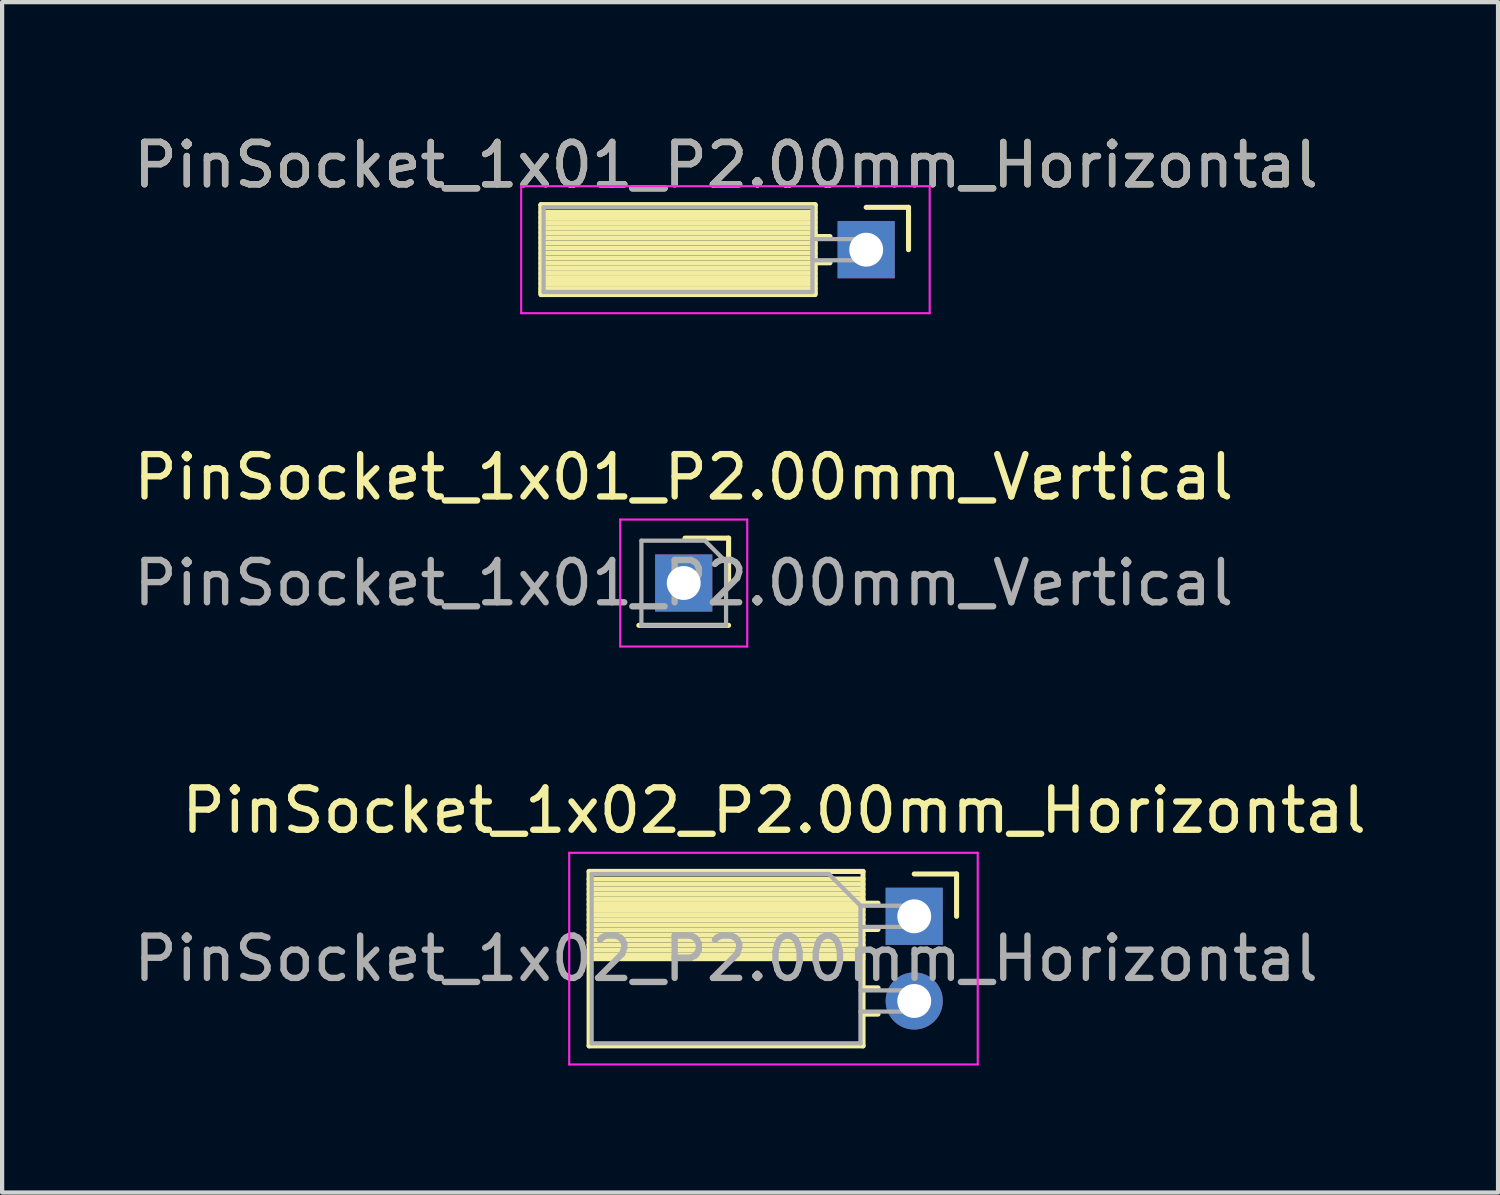
<source format=kicad_pcb>
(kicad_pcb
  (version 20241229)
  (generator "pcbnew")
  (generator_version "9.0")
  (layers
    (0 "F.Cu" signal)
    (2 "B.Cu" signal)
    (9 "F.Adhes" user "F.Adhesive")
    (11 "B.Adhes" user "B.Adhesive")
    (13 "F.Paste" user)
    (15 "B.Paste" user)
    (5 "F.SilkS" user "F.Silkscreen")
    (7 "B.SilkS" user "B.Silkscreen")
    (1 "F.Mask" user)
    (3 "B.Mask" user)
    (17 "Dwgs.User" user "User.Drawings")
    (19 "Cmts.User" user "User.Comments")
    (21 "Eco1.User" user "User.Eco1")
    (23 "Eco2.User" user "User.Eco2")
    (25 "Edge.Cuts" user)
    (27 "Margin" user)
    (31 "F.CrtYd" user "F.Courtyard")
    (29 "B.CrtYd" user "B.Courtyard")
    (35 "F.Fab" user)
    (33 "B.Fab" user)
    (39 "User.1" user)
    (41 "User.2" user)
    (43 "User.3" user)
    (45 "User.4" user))
  (footprint "PinSocket_1x02_P2.00mm_Horizontal"
    (layer "F.Cu")
    (at 18.546 18.595)
    (property "Reference" "PinSocket_1x02_P2.00mm_Horizontal" (at -3.31 -2.5 0) (layer "F.SilkS") (effects (font (size 1 1) (thickness 0.15))))
    (attr through_hole)
    (fp_line (start -7.68 -1.06) (end -1.21 -1.06) (stroke (width 0.12) (type solid)) (layer "F.SilkS"))
    (fp_line (start -7.68 -0.88) (end -1.21 -0.88) (stroke (width 0.12) (type solid)) (layer "F.SilkS"))
    (fp_line (start -7.68 -0.76) (end -1.21 -0.76) (stroke (width 0.12) (type solid)) (layer "F.SilkS"))
    (fp_line (start -7.68 -0.64) (end -1.21 -0.64) (stroke (width 0.12) (type solid)) (layer "F.SilkS"))
    (fp_line (start -7.68 -0.52) (end -1.21 -0.52) (stroke (width 0.12) (type solid)) (layer "F.SilkS"))
    (fp_line (start -7.68 -0.4) (end -1.21 -0.4) (stroke (width 0.12) (type solid)) (layer "F.SilkS"))
    (fp_line (start -7.68 -0.28) (end -1.21 -0.28) (stroke (width 0.12) (type solid)) (layer "F.SilkS"))
    (fp_line (start -7.68 -0.16) (end -1.21 -0.16) (stroke (width 0.12) (type solid)) (layer "F.SilkS"))
    (fp_line (start -7.68 -0.04) (end -1.21 -0.04) (stroke (width 0.12) (type solid)) (layer "F.SilkS"))
    (fp_line (start -7.68 0.08) (end -1.21 0.08) (stroke (width 0.12) (type solid)) (layer "F.SilkS"))
    (fp_line (start -7.68 0.2) (end -1.21 0.2) (stroke (width 0.12) (type solid)) (layer "F.SilkS"))
    (fp_line (start -7.68 0.32) (end -1.21 0.32) (stroke (width 0.12) (type solid)) (layer "F.SilkS"))
    (fp_line (start -7.68 0.44) (end -1.21 0.44) (stroke (width 0.12) (type solid)) (layer "F.SilkS"))
    (fp_line (start -7.68 0.56) (end -1.21 0.56) (stroke (width 0.12) (type solid)) (layer "F.SilkS"))
    (fp_line (start -7.68 0.68) (end -1.21 0.68) (stroke (width 0.12) (type solid)) (layer "F.SilkS"))
    (fp_line (start -7.68 0.8) (end -1.21 0.8) (stroke (width 0.12) (type solid)) (layer "F.SilkS"))
    (fp_line (start -7.68 0.92) (end -1.21 0.92) (stroke (width 0.12) (type solid)) (layer "F.SilkS"))
    (fp_line (start -7.68 1) (end -1.21 1) (stroke (width 0.12) (type solid)) (layer "F.SilkS"))
    (fp_line (start -7.68 3.06) (end -7.68 -1.06) (stroke (width 0.12) (type solid)) (layer "F.SilkS"))
    (fp_line (start -1.21 -1.06) (end -1.21 3.06) (stroke (width 0.12) (type solid)) (layer "F.SilkS"))
    (fp_line (start -1.21 -0.31) (end -0.855 -0.31) (stroke (width 0.12) (type solid)) (layer "F.SilkS"))
    (fp_line (start -1.21 1.69) (end -0.855 1.69) (stroke (width 0.12) (type solid)) (layer "F.SilkS"))
    (fp_line (start -1.21 3.06) (end -7.68 3.06) (stroke (width 0.12) (type solid)) (layer "F.SilkS"))
    (fp_line (start -0.855 0.31) (end -1.21 0.31) (stroke (width 0.12) (type solid)) (layer "F.SilkS"))
    (fp_line (start -0.855 2.31) (end -1.21 2.31) (stroke (width 0.12) (type solid)) (layer "F.SilkS"))
    (fp_line (start 0 -1) (end 1 -1) (stroke (width 0.12) (type solid)) (layer "F.SilkS"))
    (fp_line (start 1 -1) (end 1 0) (stroke (width 0.12) (type solid)) (layer "F.SilkS"))
    (fp_line (start -8.15 -1.5) (end -8.15 3.5) (stroke (width 0.05) (type solid)) (layer "F.CrtYd"))
    (fp_line (start -8.15 3.5) (end 1.5 3.5) (stroke (width 0.05) (type solid)) (layer "F.CrtYd"))
    (fp_line (start 1.5 -1.5) (end -8.15 -1.5) (stroke (width 0.05) (type solid)) (layer "F.CrtYd"))
    (fp_line (start 1.5 3.5) (end 1.5 -1.5) (stroke (width 0.05) (type solid)) (layer "F.CrtYd"))
    (fp_line (start -7.62 -1) (end -2.02 -1) (stroke (width 0.1) (type solid)) (layer "F.Fab"))
    (fp_line (start -7.62 3) (end -7.62 -1) (stroke (width 0.1) (type solid)) (layer "F.Fab"))
    (fp_line (start -2.02 -1) (end -1.27 -0.25) (stroke (width 0.1) (type solid)) (layer "F.Fab"))
    (fp_line (start -1.27 -0.25) (end -1.27 3) (stroke (width 0.1) (type solid)) (layer "F.Fab"))
    (fp_line (start -1.27 0.25) (end 0 0.25) (stroke (width 0.1) (type solid)) (layer "F.Fab"))
    (fp_line (start -1.27 2.25) (end 0 2.25) (stroke (width 0.1) (type solid)) (layer "F.Fab"))
    (fp_line (start -1.27 3) (end -7.62 3) (stroke (width 0.1) (type solid)) (layer "F.Fab"))
    (fp_line (start 0 -0.25) (end -1.27 -0.25) (stroke (width 0.1) (type solid)) (layer "F.Fab"))
    (fp_line (start 0 0.25) (end 0 -0.25) (stroke (width 0.1) (type solid)) (layer "F.Fab"))
    (fp_line (start 0 1.75) (end -1.27 1.75) (stroke (width 0.1) (type solid)) (layer "F.Fab"))
    (fp_line (start 0 2.25) (end 0 1.75) (stroke (width 0.1) (type solid)) (layer "F.Fab"))
    (fp_text user "${REFERENCE}" (at -4.445 1 0) (layer "F.Fab") (effects (font (size 1 1) (thickness 0.15))))
    (pad "1" thru_hole rect (at 0 0) (size 1.35 1.35) (drill 0.8) (layers "*.Cu" "*.Mask"))
    (pad "2" thru_hole oval (at 0 2) (size 1.35 1.35) (drill 0.8) (layers "*.Cu" "*.Mask")))
  (footprint "PinSocket_1x01_P2.00mm_Vertical"
    (layer "F.Cu")
    (at 13.101 10.722)
    (property "Reference" "PinSocket_1x01_P2.00mm_Vertical" (at 0 -2.5 0) (layer "F.SilkS") (effects (font (size 1 1) (thickness 0.15))))
    (attr through_hole)
    (fp_line (start 1.06 -1.06) (end 0.03 -1.06) (stroke (width 0.12) (type solid)) (layer "F.SilkS"))
    (fp_line (start 1.06 -0.03) (end 1.06 -1.06) (stroke (width 0.12) (type solid)) (layer "F.SilkS"))
    (fp_line (start 1.06 1) (end -1.06 1) (stroke (width 0.12) (type solid)) (layer "F.SilkS"))
    (fp_line (start -1.5 -1.5) (end 1.5 -1.5) (stroke (width 0.05) (type solid)) (layer "F.CrtYd"))
    (fp_line (start -1.5 1.5) (end -1.5 -1.5) (stroke (width 0.05) (type solid)) (layer "F.CrtYd"))
    (fp_line (start 1.5 -1.5) (end 1.5 1.5) (stroke (width 0.05) (type solid)) (layer "F.CrtYd"))
    (fp_line (start 1.5 1.5) (end -1.5 1.5) (stroke (width 0.05) (type solid)) (layer "F.CrtYd"))
    (fp_line (start -1 -1) (end 0.5 -1) (stroke (width 0.1) (type solid)) (layer "F.Fab"))
    (fp_line (start -1 1) (end -1 -1) (stroke (width 0.1) (type solid)) (layer "F.Fab"))
    (fp_line (start 0.5 -1) (end 1 -0.5) (stroke (width 0.1) (type solid)) (layer "F.Fab"))
    (fp_line (start 1 -0.5) (end 1 1) (stroke (width 0.1) (type solid)) (layer "F.Fab"))
    (fp_line (start 1 1) (end -1 1) (stroke (width 0.1) (type solid)) (layer "F.Fab"))
    (fp_text user "${REFERENCE}" (at 0 0 0) (layer "F.Fab") (effects (font (size 1 1) (thickness 0.15))))
    (pad "1" thru_hole rect (at 0 0) (size 1.35 1.35) (drill 0.8) (layers "*.Cu" "*.Mask")))
  (footprint "PinSocket_1x01_P2.00mm_Horizontal"
    (layer "F.Cu")
    (at 17.411 2.848)
    (property "Reference" "PinSocket_1x01_P2.00mm_Horizontal" (at -3.31 -2 0) (layer "F.SilkS") (effects (font (size 1 1) (thickness 0.15))))
    (attr through_hole)
    (fp_line (start -7.68 -1.06) (end -1.21 -1.06) (stroke (width 0.12) (type solid)) (layer "F.SilkS"))
    (fp_line (start -7.68 -1.06) (end -1.21 -1.06) (stroke (width 0.12) (type solid)) (layer "F.SilkS"))
    (fp_line (start -7.68 1) (end -7.68 -1.06) (stroke (width 0.12) (type solid)) (layer "F.SilkS"))
    (fp_line (start -7.68 1.06) (end -7.68 -1.06) (stroke (width 0.12) (type solid)) (layer "F.SilkS"))
    (fp_line (start -1.21 -1.06) (end -1.21 1) (stroke (width 0.12) (type solid)) (layer "F.SilkS"))
    (fp_line (start -1.21 -1.06) (end -1.21 1.06) (stroke (width 0.12) (type solid)) (layer "F.SilkS"))
    (fp_line (start -1.21 -0.88) (end -7.68 -0.88) (stroke (width 0.12) (type solid)) (layer "F.SilkS"))
    (fp_line (start -1.21 -0.76) (end -7.68 -0.76) (stroke (width 0.12) (type solid)) (layer "F.SilkS"))
    (fp_line (start -1.21 -0.64) (end -7.68 -0.64) (stroke (width 0.12) (type solid)) (layer "F.SilkS"))
    (fp_line (start -1.21 -0.52) (end -7.68 -0.52) (stroke (width 0.12) (type solid)) (layer "F.SilkS"))
    (fp_line (start -1.21 -0.4) (end -7.68 -0.4) (stroke (width 0.12) (type solid)) (layer "F.SilkS"))
    (fp_line (start -1.21 -0.28) (end -7.68 -0.28) (stroke (width 0.12) (type solid)) (layer "F.SilkS"))
    (fp_line (start -1.21 -0.16) (end -7.68 -0.16) (stroke (width 0.12) (type solid)) (layer "F.SilkS"))
    (fp_line (start -1.21 -0.04) (end -7.68 -0.04) (stroke (width 0.12) (type solid)) (layer "F.SilkS"))
    (fp_line (start -1.21 0.08) (end -7.68 0.08) (stroke (width 0.12) (type solid)) (layer "F.SilkS"))
    (fp_line (start -1.21 0.2) (end -7.68 0.2) (stroke (width 0.12) (type solid)) (layer "F.SilkS"))
    (fp_line (start -1.21 0.32) (end -7.68 0.32) (stroke (width 0.12) (type solid)) (layer "F.SilkS"))
    (fp_line (start -1.21 0.44) (end -7.68 0.44) (stroke (width 0.12) (type solid)) (layer "F.SilkS"))
    (fp_line (start -1.21 0.56) (end -7.68 0.56) (stroke (width 0.12) (type solid)) (layer "F.SilkS"))
    (fp_line (start -1.21 0.68) (end -7.68 0.68) (stroke (width 0.12) (type solid)) (layer "F.SilkS"))
    (fp_line (start -1.21 0.8) (end -7.68 0.8) (stroke (width 0.12) (type solid)) (layer "F.SilkS"))
    (fp_line (start -1.21 0.92) (end -7.68 0.92) (stroke (width 0.12) (type solid)) (layer "F.SilkS"))
    (fp_line (start -1.21 1) (end -7.68 1) (stroke (width 0.12) (type solid)) (layer "F.SilkS"))
    (fp_line (start -1.21 1.04) (end -7.68 1.04) (stroke (width 0.12) (type solid)) (layer "F.SilkS"))
    (fp_line (start -1.21 1.06) (end -7.68 1.06) (stroke (width 0.12) (type solid)) (layer "F.SilkS"))
    (fp_line (start -0.855 -0.31) (end -1.21 -0.31) (stroke (width 0.12) (type solid)) (layer "F.SilkS"))
    (fp_line (start -0.855 0.31) (end -1.21 0.31) (stroke (width 0.12) (type solid)) (layer "F.SilkS"))
    (fp_line (start 0 -1) (end 1 -1) (stroke (width 0.12) (type solid)) (layer "F.SilkS"))
    (fp_line (start 1 -1) (end 1 0) (stroke (width 0.12) (type solid)) (layer "F.SilkS"))
    (fp_line (start -8.15 -1.5) (end 1.5 -1.5) (stroke (width 0.05) (type solid)) (layer "F.CrtYd"))
    (fp_line (start -8.15 1.5) (end -8.15 -1.5) (stroke (width 0.05) (type solid)) (layer "F.CrtYd"))
    (fp_line (start 1.5 -1.5) (end 1.5 1.5) (stroke (width 0.05) (type solid)) (layer "F.CrtYd"))
    (fp_line (start 1.5 1.5) (end -8.15 1.5) (stroke (width 0.05) (type solid)) (layer "F.CrtYd"))
    (fp_line (start -7.62 -1) (end -1.27 -1) (stroke (width 0.1) (type solid)) (layer "F.Fab"))
    (fp_line (start -7.62 1) (end -7.62 -1) (stroke (width 0.1) (type solid)) (layer "F.Fab"))
    (fp_line (start -1.27 -1) (end -1.27 1) (stroke (width 0.1) (type solid)) (layer "F.Fab"))
    (fp_line (start -1.27 -0.25) (end 0 -0.25) (stroke (width 0.1) (type solid)) (layer "F.Fab"))
    (fp_line (start -1.27 0.25) (end -1.27 -0.25) (stroke (width 0.1) (type solid)) (layer "F.Fab"))
    (fp_line (start -1.27 1) (end -7.62 1) (stroke (width 0.1) (type solid)) (layer "F.Fab"))
    (fp_line (start 0 -0.25) (end 0 0.25) (stroke (width 0.1) (type solid)) (layer "F.Fab"))
    (fp_line (start 0 0.25) (end -1.27 0.25) (stroke (width 0.1) (type solid)) (layer "F.Fab"))
    (fp_text user "${REFERENCE}" (at -3.31 -2 0) (layer "F.Fab") (effects (font (size 1 1) (thickness 0.15))))
    (pad "1" thru_hole rect (at 0 0) (size 1.35 1.35) (drill 0.8) (layers "*.Cu" "*.Mask")))
  (gr_rect
    (start -3 -3)
    (end 32.337 25.12)
    (stroke (width 0.1) (type default))
    (fill no)
    (layer "Edge.Cuts")))
</source>
